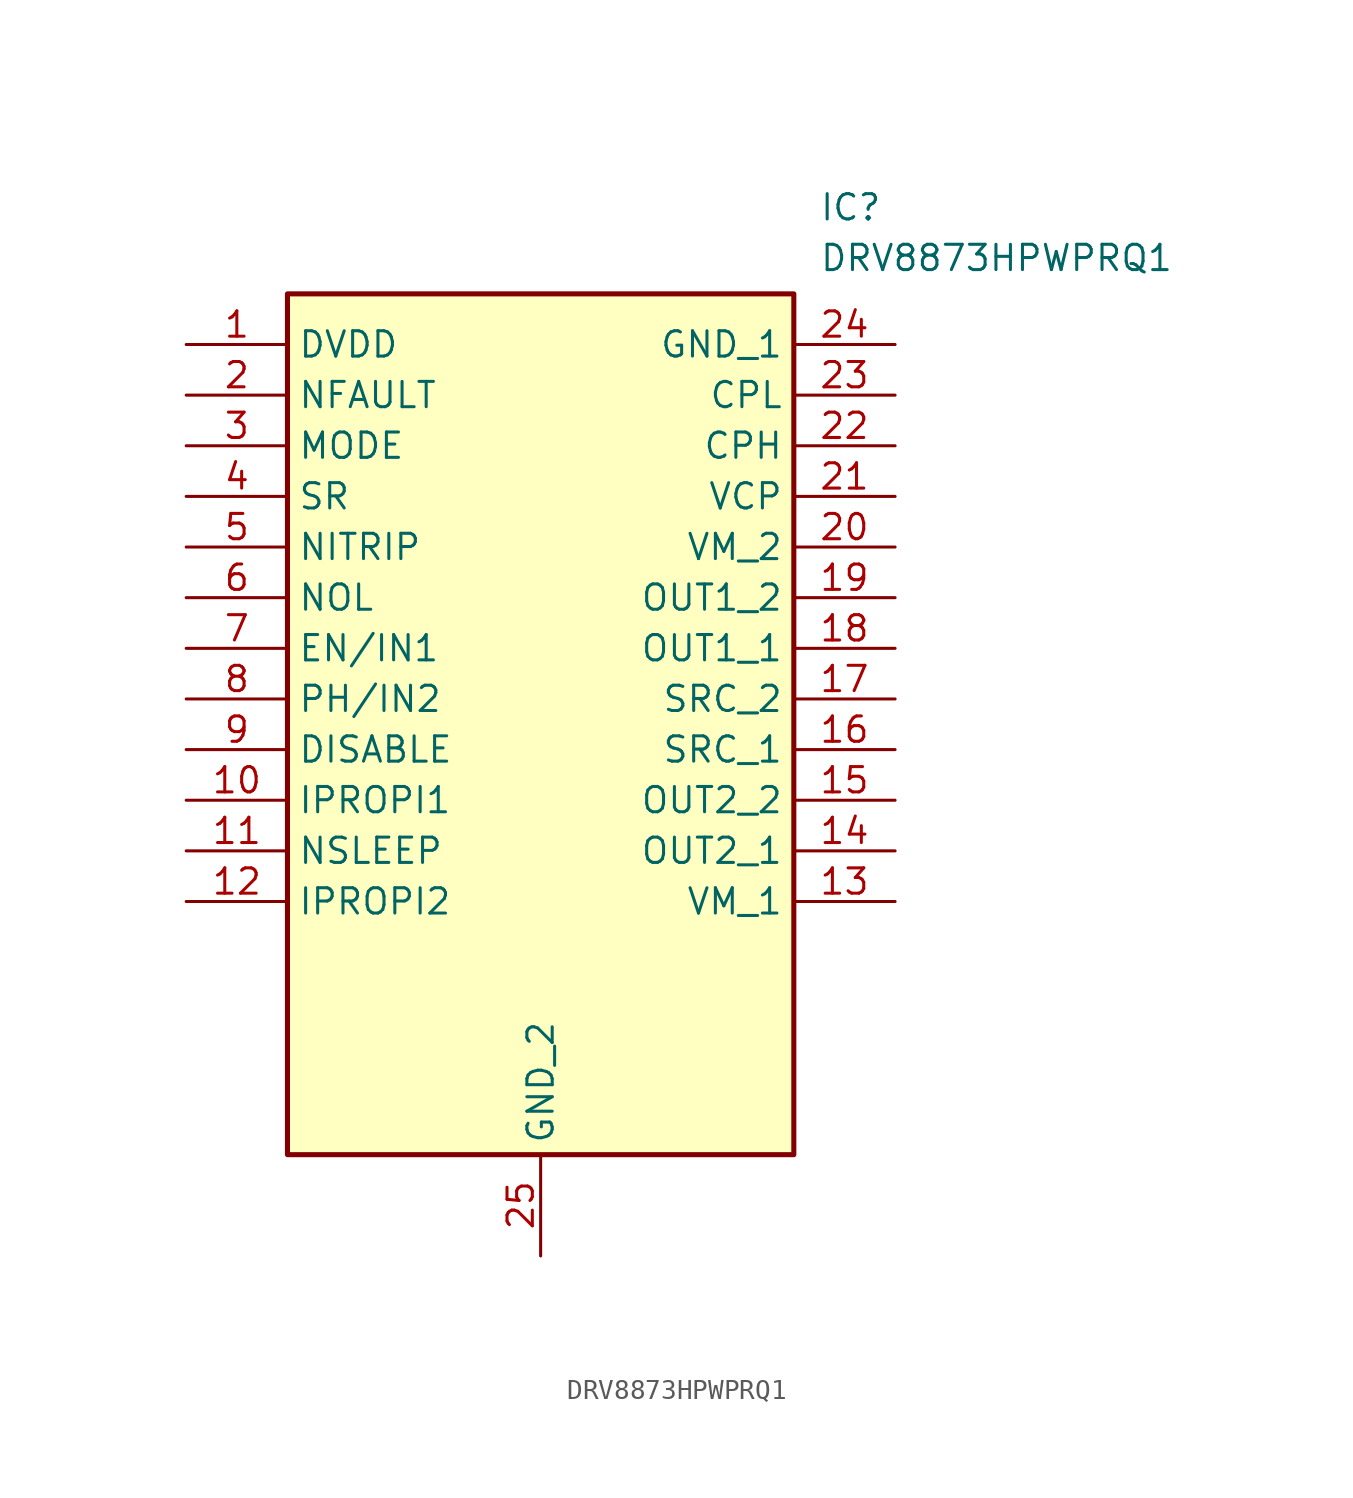
<source format=kicad_sym>
(kicad_symbol_lib
  (version 20220914)
  (generator kicad_symbol_editor)
  (symbol "DRV8873HPWPRQ1"
    (property "Reference" "IC"
      (at 31.75 7.62 0)
      (effects (font (size 1.27 1.27)) (justify left top)))
    (property "Value" "DRV8873HPWPRQ1"
      (at 31.75 5.08 0)
      (effects (font (size 1.27 1.27)) (justify left top)))
    (symbol "DRV8873HPWPRQ1_1_1"
      (rectangle (start 5.08 2.54) (end 30.48 -40.64) (stroke (width 0.254) (type default)) (fill (type background)))
      (pin passive line (at 0 0 0) (length 5.08) (name "DVDD" (effects (font (size 1.27 1.27)))) (number "1" (effects (font (size 1.27 1.27)))))
      (pin passive line (at 0 -22.86 0) (length 5.08) (name "IPROPI1" (effects (font (size 1.27 1.27)))) (number "10" (effects (font (size 1.27 1.27)))))
      (pin passive line (at 0 -25.4 0) (length 5.08) (name "NSLEEP" (effects (font (size 1.27 1.27)))) (number "11" (effects (font (size 1.27 1.27)))))
      (pin passive line (at 0 -27.94 0) (length 5.08) (name "IPROPI2" (effects (font (size 1.27 1.27)))) (number "12" (effects (font (size 1.27 1.27)))))
      (pin passive line (at 35.56 -27.94 180) (length 5.08) (name "VM_1" (effects (font (size 1.27 1.27)))) (number "13" (effects (font (size 1.27 1.27)))))
      (pin passive line (at 35.56 -25.4 180) (length 5.08) (name "OUT2_1" (effects (font (size 1.27 1.27)))) (number "14" (effects (font (size 1.27 1.27)))))
      (pin passive line (at 35.56 -22.86 180) (length 5.08) (name "OUT2_2" (effects (font (size 1.27 1.27)))) (number "15" (effects (font (size 1.27 1.27)))))
      (pin passive line (at 35.56 -20.32 180) (length 5.08) (name "SRC_1" (effects (font (size 1.27 1.27)))) (number "16" (effects (font (size 1.27 1.27)))))
      (pin passive line (at 35.56 -17.78 180) (length 5.08) (name "SRC_2" (effects (font (size 1.27 1.27)))) (number "17" (effects (font (size 1.27 1.27)))))
      (pin passive line (at 35.56 -15.24 180) (length 5.08) (name "OUT1_1" (effects (font (size 1.27 1.27)))) (number "18" (effects (font (size 1.27 1.27)))))
      (pin passive line (at 35.56 -12.7 180) (length 5.08) (name "OUT1_2" (effects (font (size 1.27 1.27)))) (number "19" (effects (font (size 1.27 1.27)))))
      (pin passive line (at 0 -2.54 0) (length 5.08) (name "NFAULT" (effects (font (size 1.27 1.27)))) (number "2" (effects (font (size 1.27 1.27)))))
      (pin passive line (at 35.56 -10.16 180) (length 5.08) (name "VM_2" (effects (font (size 1.27 1.27)))) (number "20" (effects (font (size 1.27 1.27)))))
      (pin passive line (at 35.56 -7.62 180) (length 5.08) (name "VCP" (effects (font (size 1.27 1.27)))) (number "21" (effects (font (size 1.27 1.27)))))
      (pin passive line (at 35.56 -5.08 180) (length 5.08) (name "CPH" (effects (font (size 1.27 1.27)))) (number "22" (effects (font (size 1.27 1.27)))))
      (pin passive line (at 35.56 -2.54 180) (length 5.08) (name "CPL" (effects (font (size 1.27 1.27)))) (number "23" (effects (font (size 1.27 1.27)))))
      (pin passive line (at 35.56 0 180) (length 5.08) (name "GND_1" (effects (font (size 1.27 1.27)))) (number "24" (effects (font (size 1.27 1.27)))))
      (pin passive line (at 17.78 -45.72 90) (length 5.08) (name "GND_2" (effects (font (size 1.27 1.27)))) (number "25" (effects (font (size 1.27 1.27)))))
      (pin passive line (at 0 -5.08 0) (length 5.08) (name "MODE" (effects (font (size 1.27 1.27)))) (number "3" (effects (font (size 1.27 1.27)))))
      (pin passive line (at 0 -7.62 0) (length 5.08) (name "SR" (effects (font (size 1.27 1.27)))) (number "4" (effects (font (size 1.27 1.27)))))
      (pin passive line (at 0 -10.16 0) (length 5.08) (name "NITRIP" (effects (font (size 1.27 1.27)))) (number "5" (effects (font (size 1.27 1.27)))))
      (pin passive line (at 0 -12.7 0) (length 5.08) (name "NOL" (effects (font (size 1.27 1.27)))) (number "6" (effects (font (size 1.27 1.27)))))
      (pin passive line (at 0 -15.24 0) (length 5.08) (name "EN/IN1" (effects (font (size 1.27 1.27)))) (number "7" (effects (font (size 1.27 1.27)))))
      (pin passive line (at 0 -17.78 0) (length 5.08) (name "PH/IN2" (effects (font (size 1.27 1.27)))) (number "8" (effects (font (size 1.27 1.27)))))
      (pin passive line (at 0 -20.32 0) (length 5.08) (name "DISABLE" (effects (font (size 1.27 1.27)))) (number "9" (effects (font (size 1.27 1.27))))))))
</source>
